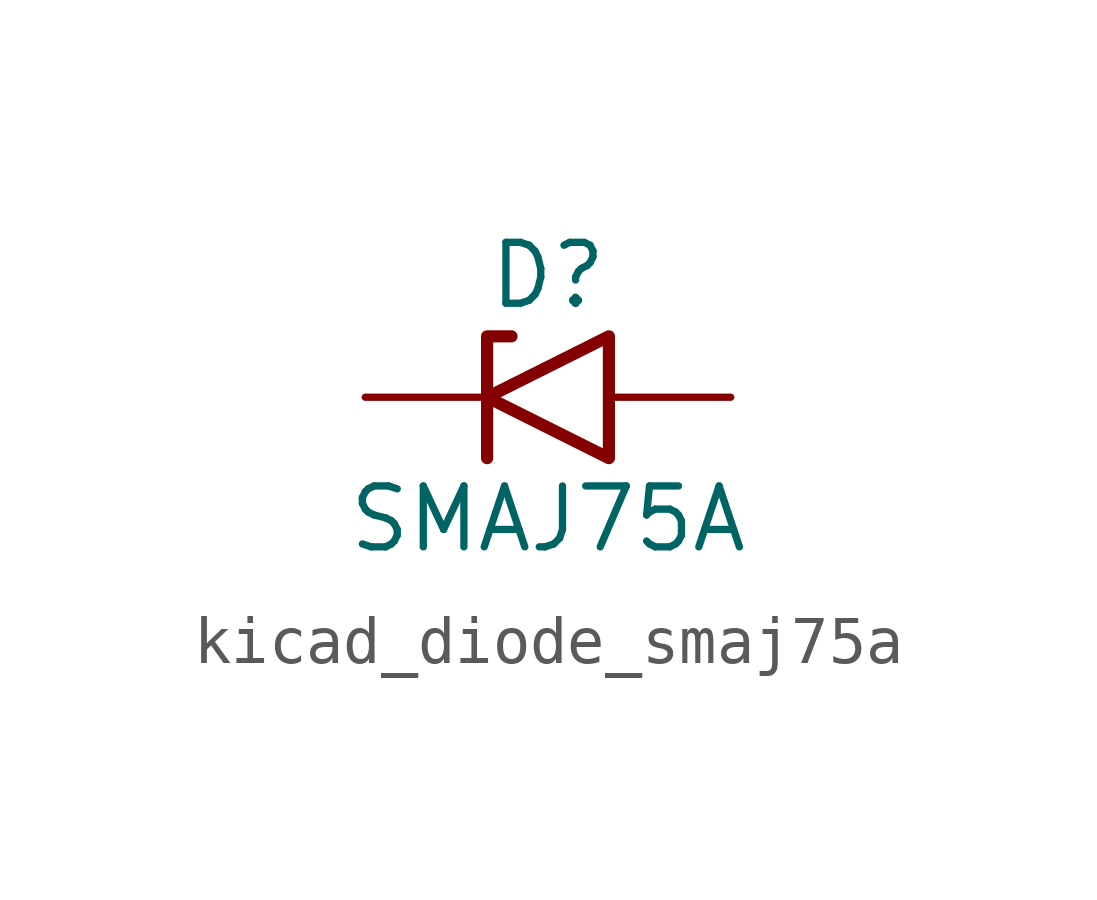
<source format=kicad_sym>
(kicad_symbol_lib
  (version 20220914)
  (generator kicad_symbol_editor)
  (symbol "kicad_diode_smaj75a"
    (pin_numbers hide)
    (pin_names
      (offset 1.016) hide)
    (property "Reference" "D"
      (at 0 2.54 0)
      (effects (font (size 1.27 1.27))))
    (property "Value" "SMAJ75A"
      (at 0 -2.54 0)
      (effects (font (size 1.27 1.27))))
    (symbol "kicad_diode_smaj75a_0_1"
      (polyline (pts (xy -0.762 1.27) (xy -1.27 1.27) (xy -1.27 -1.27)) (stroke (width 0.254) (type default)) (fill (type none)))
      (polyline (pts (xy 1.27 1.27) (xy 1.27 -1.27) (xy -1.27 0) (xy 1.27 1.27)) (stroke (width 0.254) (type default)) (fill (type none))))
    (symbol "kicad_diode_smaj75a_1_1"
      (pin passive line (at -3.81 0 0) (length 2.54) (name "A1" (effects (font (size 1.27 1.27)))) (number "1" (effects (font (size 1.27 1.27)))))
      (pin passive line (at 3.81 0 180) (length 2.54) (name "A2" (effects (font (size 1.27 1.27)))) (number "2" (effects (font (size 1.27 1.27))))))))
</source>
